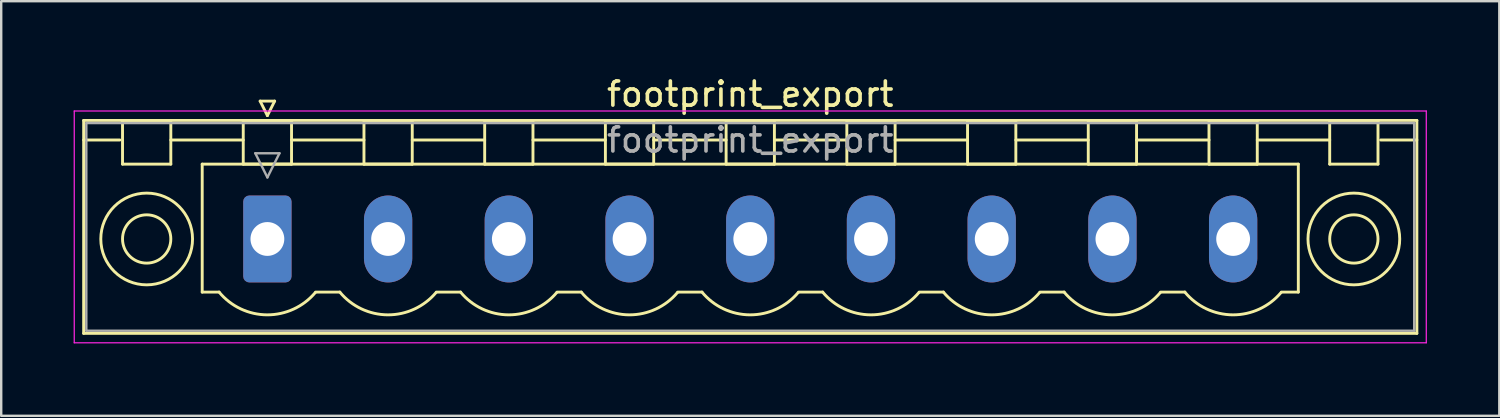
<source format=kicad_pcb>
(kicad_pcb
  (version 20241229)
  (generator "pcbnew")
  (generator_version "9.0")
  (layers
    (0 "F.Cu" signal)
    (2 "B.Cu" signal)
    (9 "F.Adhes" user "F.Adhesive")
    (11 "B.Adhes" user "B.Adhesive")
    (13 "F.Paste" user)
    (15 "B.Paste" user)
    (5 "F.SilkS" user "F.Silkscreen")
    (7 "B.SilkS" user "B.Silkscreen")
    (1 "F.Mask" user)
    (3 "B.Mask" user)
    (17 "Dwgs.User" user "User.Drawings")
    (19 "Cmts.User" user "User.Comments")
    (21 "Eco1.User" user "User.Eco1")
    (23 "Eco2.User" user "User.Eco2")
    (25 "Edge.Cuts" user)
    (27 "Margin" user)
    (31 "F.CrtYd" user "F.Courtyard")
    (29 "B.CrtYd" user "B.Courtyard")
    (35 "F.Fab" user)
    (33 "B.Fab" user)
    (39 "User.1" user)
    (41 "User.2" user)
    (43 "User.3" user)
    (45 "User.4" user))
  (footprint "footprint_export"
    (layer "F.Cu")
    (at 8.025 6.848)
    (property "Reference" "footprint_export" (at 20 -6 0) (layer "F.SilkS") (effects (font (size 1 1) (thickness 0.15))))
    (attr through_hole)
    (fp_line (start -7.61 -4.91) (end -7.61 3.91) (stroke (width 0.12) (type solid)) (layer "F.SilkS"))
    (fp_line (start -7.61 -4.1) (end -6.11 -4.1) (stroke (width 0.12) (type solid)) (layer "F.SilkS"))
    (fp_line (start -7.61 3.91) (end 47.61 3.91) (stroke (width 0.12) (type solid)) (layer "F.SilkS"))
    (fp_line (start -6 -4.91) (end -4 -4.91) (stroke (width 0.12) (type solid)) (layer "F.SilkS"))
    (fp_line (start -6 -3.1) (end -6 -4.91) (stroke (width 0.12) (type solid)) (layer "F.SilkS"))
    (fp_line (start -4 -4.91) (end -4 -3.1) (stroke (width 0.12) (type solid)) (layer "F.SilkS"))
    (fp_line (start -4 -4.1) (end -1 -4.1) (stroke (width 0.12) (type solid)) (layer "F.SilkS"))
    (fp_line (start -4 -3.1) (end -6 -3.1) (stroke (width 0.12) (type solid)) (layer "F.SilkS"))
    (fp_line (start -2.7 -3.1) (end 42.7 -3.1) (stroke (width 0.12) (type solid)) (layer "F.SilkS"))
    (fp_line (start -2.7 2.2) (end -2.7 -3.1) (stroke (width 0.12) (type solid)) (layer "F.SilkS"))
    (fp_line (start -2 2.2) (end -2.7 2.2) (stroke (width 0.12) (type solid)) (layer "F.SilkS"))
    (fp_line (start -1 -4.91) (end 1 -4.91) (stroke (width 0.12) (type solid)) (layer "F.SilkS"))
    (fp_line (start -1 -3.1) (end -1 -4.91) (stroke (width 0.12) (type solid)) (layer "F.SilkS"))
    (fp_line (start -0.3 -5.71) (end 0.3 -5.71) (stroke (width 0.12) (type solid)) (layer "F.SilkS"))
    (fp_line (start 0 -5.11) (end -0.3 -5.71) (stroke (width 0.12) (type solid)) (layer "F.SilkS"))
    (fp_line (start 0.3 -5.71) (end 0 -5.11) (stroke (width 0.12) (type solid)) (layer "F.SilkS"))
    (fp_line (start 1 -4.91) (end 1 -3.1) (stroke (width 0.12) (type solid)) (layer "F.SilkS"))
    (fp_line (start 1 -4.1) (end 4 -4.1) (stroke (width 0.12) (type solid)) (layer "F.SilkS"))
    (fp_line (start 1 -3.1) (end -1 -3.1) (stroke (width 0.12) (type solid)) (layer "F.SilkS"))
    (fp_line (start 2 2.2) (end 3 2.2) (stroke (width 0.12) (type solid)) (layer "F.SilkS"))
    (fp_line (start 4 -4.91) (end 6 -4.91) (stroke (width 0.12) (type solid)) (layer "F.SilkS"))
    (fp_line (start 4 -3.1) (end 4 -4.91) (stroke (width 0.12) (type solid)) (layer "F.SilkS"))
    (fp_line (start 6 -4.91) (end 6 -3.1) (stroke (width 0.12) (type solid)) (layer "F.SilkS"))
    (fp_line (start 6 -4.1) (end 9 -4.1) (stroke (width 0.12) (type solid)) (layer "F.SilkS"))
    (fp_line (start 6 -3.1) (end 4 -3.1) (stroke (width 0.12) (type solid)) (layer "F.SilkS"))
    (fp_line (start 7 2.2) (end 8 2.2) (stroke (width 0.12) (type solid)) (layer "F.SilkS"))
    (fp_line (start 9 -4.91) (end 11 -4.91) (stroke (width 0.12) (type solid)) (layer "F.SilkS"))
    (fp_line (start 9 -3.1) (end 9 -4.91) (stroke (width 0.12) (type solid)) (layer "F.SilkS"))
    (fp_line (start 11 -4.91) (end 11 -3.1) (stroke (width 0.12) (type solid)) (layer "F.SilkS"))
    (fp_line (start 11 -4.1) (end 14 -4.1) (stroke (width 0.12) (type solid)) (layer "F.SilkS"))
    (fp_line (start 11 -3.1) (end 9 -3.1) (stroke (width 0.12) (type solid)) (layer "F.SilkS"))
    (fp_line (start 12 2.2) (end 13 2.2) (stroke (width 0.12) (type solid)) (layer "F.SilkS"))
    (fp_line (start 14 -4.91) (end 16 -4.91) (stroke (width 0.12) (type solid)) (layer "F.SilkS"))
    (fp_line (start 14 -3.1) (end 14 -4.91) (stroke (width 0.12) (type solid)) (layer "F.SilkS"))
    (fp_line (start 16 -4.91) (end 16 -3.1) (stroke (width 0.12) (type solid)) (layer "F.SilkS"))
    (fp_line (start 16 -4.1) (end 19 -4.1) (stroke (width 0.12) (type solid)) (layer "F.SilkS"))
    (fp_line (start 16 -3.1) (end 14 -3.1) (stroke (width 0.12) (type solid)) (layer "F.SilkS"))
    (fp_line (start 17 2.2) (end 18 2.2) (stroke (width 0.12) (type solid)) (layer "F.SilkS"))
    (fp_line (start 19 -4.91) (end 21 -4.91) (stroke (width 0.12) (type solid)) (layer "F.SilkS"))
    (fp_line (start 19 -3.1) (end 19 -4.91) (stroke (width 0.12) (type solid)) (layer "F.SilkS"))
    (fp_line (start 21 -4.91) (end 21 -3.1) (stroke (width 0.12) (type solid)) (layer "F.SilkS"))
    (fp_line (start 21 -4.1) (end 24 -4.1) (stroke (width 0.12) (type solid)) (layer "F.SilkS"))
    (fp_line (start 21 -3.1) (end 19 -3.1) (stroke (width 0.12) (type solid)) (layer "F.SilkS"))
    (fp_line (start 22 2.2) (end 23 2.2) (stroke (width 0.12) (type solid)) (layer "F.SilkS"))
    (fp_line (start 24 -4.91) (end 26 -4.91) (stroke (width 0.12) (type solid)) (layer "F.SilkS"))
    (fp_line (start 24 -3.1) (end 24 -4.91) (stroke (width 0.12) (type solid)) (layer "F.SilkS"))
    (fp_line (start 26 -4.91) (end 26 -3.1) (stroke (width 0.12) (type solid)) (layer "F.SilkS"))
    (fp_line (start 26 -4.1) (end 29 -4.1) (stroke (width 0.12) (type solid)) (layer "F.SilkS"))
    (fp_line (start 26 -3.1) (end 24 -3.1) (stroke (width 0.12) (type solid)) (layer "F.SilkS"))
    (fp_line (start 27 2.2) (end 28 2.2) (stroke (width 0.12) (type solid)) (layer "F.SilkS"))
    (fp_line (start 29 -4.91) (end 31 -4.91) (stroke (width 0.12) (type solid)) (layer "F.SilkS"))
    (fp_line (start 29 -3.1) (end 29 -4.91) (stroke (width 0.12) (type solid)) (layer "F.SilkS"))
    (fp_line (start 31 -4.91) (end 31 -3.1) (stroke (width 0.12) (type solid)) (layer "F.SilkS"))
    (fp_line (start 31 -4.1) (end 34 -4.1) (stroke (width 0.12) (type solid)) (layer "F.SilkS"))
    (fp_line (start 31 -3.1) (end 29 -3.1) (stroke (width 0.12) (type solid)) (layer "F.SilkS"))
    (fp_line (start 32 2.2) (end 33 2.2) (stroke (width 0.12) (type solid)) (layer "F.SilkS"))
    (fp_line (start 34 -4.91) (end 36 -4.91) (stroke (width 0.12) (type solid)) (layer "F.SilkS"))
    (fp_line (start 34 -3.1) (end 34 -4.91) (stroke (width 0.12) (type solid)) (layer "F.SilkS"))
    (fp_line (start 36 -4.91) (end 36 -3.1) (stroke (width 0.12) (type solid)) (layer "F.SilkS"))
    (fp_line (start 36 -4.1) (end 39 -4.1) (stroke (width 0.12) (type solid)) (layer "F.SilkS"))
    (fp_line (start 36 -3.1) (end 34 -3.1) (stroke (width 0.12) (type solid)) (layer "F.SilkS"))
    (fp_line (start 37 2.2) (end 38 2.2) (stroke (width 0.12) (type solid)) (layer "F.SilkS"))
    (fp_line (start 39 -4.91) (end 41 -4.91) (stroke (width 0.12) (type solid)) (layer "F.SilkS"))
    (fp_line (start 39 -3.1) (end 39 -4.91) (stroke (width 0.12) (type solid)) (layer "F.SilkS"))
    (fp_line (start 41 -4.91) (end 41 -3.1) (stroke (width 0.12) (type solid)) (layer "F.SilkS"))
    (fp_line (start 41 -4.1) (end 44 -4.1) (stroke (width 0.12) (type solid)) (layer "F.SilkS"))
    (fp_line (start 41 -3.1) (end 39 -3.1) (stroke (width 0.12) (type solid)) (layer "F.SilkS"))
    (fp_line (start 42.7 -3.1) (end 42.7 2.2) (stroke (width 0.12) (type solid)) (layer "F.SilkS"))
    (fp_line (start 42.7 2.2) (end 42 2.2) (stroke (width 0.12) (type solid)) (layer "F.SilkS"))
    (fp_line (start 44 -4.91) (end 46 -4.91) (stroke (width 0.12) (type solid)) (layer "F.SilkS"))
    (fp_line (start 44 -3.1) (end 44 -4.91) (stroke (width 0.12) (type solid)) (layer "F.SilkS"))
    (fp_line (start 46 -4.91) (end 46 -3.1) (stroke (width 0.12) (type solid)) (layer "F.SilkS"))
    (fp_line (start 46 -3.1) (end 44 -3.1) (stroke (width 0.12) (type solid)) (layer "F.SilkS"))
    (fp_line (start 47.61 -4.91) (end -7.61 -4.91) (stroke (width 0.12) (type solid)) (layer "F.SilkS"))
    (fp_line (start 47.61 -4.1) (end 46.11 -4.1) (stroke (width 0.12) (type solid)) (layer "F.SilkS"))
    (fp_line (start 47.61 3.91) (end 47.61 -4.91) (stroke (width 0.12) (type solid)) (layer "F.SilkS"))
    (fp_arc (start 1.986842 2.215821) (mid -0.010289 3.142758) (end -2 2.2) (stroke (width 0.12) (type solid)) (layer "F.SilkS"))
    (fp_arc (start 6.986842 2.215821) (mid 4.989711 3.142758) (end 3 2.2) (stroke (width 0.12) (type solid)) (layer "F.SilkS"))
    (fp_arc (start 11.986842 2.215821) (mid 9.989711 3.142758) (end 8 2.2) (stroke (width 0.12) (type solid)) (layer "F.SilkS"))
    (fp_arc (start 16.986842 2.215821) (mid 14.989711 3.142758) (end 13 2.2) (stroke (width 0.12) (type solid)) (layer "F.SilkS"))
    (fp_arc (start 21.986842 2.215821) (mid 19.989711 3.142758) (end 18 2.2) (stroke (width 0.12) (type solid)) (layer "F.SilkS"))
    (fp_arc (start 26.986842 2.215821) (mid 24.989711 3.142758) (end 23 2.2) (stroke (width 0.12) (type solid)) (layer "F.SilkS"))
    (fp_arc (start 31.986842 2.215821) (mid 29.989711 3.142758) (end 28 2.2) (stroke (width 0.12) (type solid)) (layer "F.SilkS"))
    (fp_arc (start 36.986842 2.215821) (mid 34.989711 3.142758) (end 33 2.2) (stroke (width 0.12) (type solid)) (layer "F.SilkS"))
    (fp_arc (start 41.986842 2.215821) (mid 39.989711 3.142758) (end 38 2.2) (stroke (width 0.12) (type solid)) (layer "F.SilkS"))
    (fp_circle (center -5 0) (end -4 0) (stroke (width 0.12) (type solid)) (fill no) (layer "F.SilkS"))
    (fp_circle (center -5 0) (end -3.1 0) (stroke (width 0.12) (type solid)) (fill no) (layer "F.SilkS"))
    (fp_circle (center 45 0) (end 46 0) (stroke (width 0.12) (type solid)) (fill no) (layer "F.SilkS"))
    (fp_circle (center 45 0) (end 46.9 0) (stroke (width 0.12) (type solid)) (fill no) (layer "F.SilkS"))
    (fp_line (start -8 -5.3) (end -8 4.3) (stroke (width 0.05) (type solid)) (layer "F.CrtYd"))
    (fp_line (start -8 4.3) (end 48 4.3) (stroke (width 0.05) (type solid)) (layer "F.CrtYd"))
    (fp_line (start 48 -5.3) (end -8 -5.3) (stroke (width 0.05) (type solid)) (layer "F.CrtYd"))
    (fp_line (start 48 4.3) (end 48 -5.3) (stroke (width 0.05) (type solid)) (layer "F.CrtYd"))
    (fp_line (start -7.5 -4.8) (end -7.5 3.8) (stroke (width 0.1) (type solid)) (layer "F.Fab"))
    (fp_line (start -7.5 3.8) (end 47.5 3.8) (stroke (width 0.1) (type solid)) (layer "F.Fab"))
    (fp_line (start -0.5 -3.55) (end 0.5 -3.55) (stroke (width 0.1) (type solid)) (layer "F.Fab"))
    (fp_line (start 0 -2.55) (end -0.5 -3.55) (stroke (width 0.1) (type solid)) (layer "F.Fab"))
    (fp_line (start 0.5 -3.55) (end 0 -2.55) (stroke (width 0.1) (type solid)) (layer "F.Fab"))
    (fp_line (start 47.5 -4.8) (end -7.5 -4.8) (stroke (width 0.1) (type solid)) (layer "F.Fab"))
    (fp_line (start 47.5 3.8) (end 47.5 -4.8) (stroke (width 0.1) (type solid)) (layer "F.Fab"))
    (fp_text user "${REFERENCE}" (at 20 -4.1 0) (layer "F.Fab") (effects (font (size 1 1) (thickness 0.15))))
    (pad "1" thru_hole roundrect (at 0 0) (size 2 3.6) (drill 1.4) (layers "*.Cu" "*.Mask") (roundrect_rratio 0.125))
    (pad "2" thru_hole oval (at 5 0) (size 2 3.6) (drill 1.4) (layers "*.Cu" "*.Mask"))
    (pad "3" thru_hole oval (at 10 0) (size 2 3.6) (drill 1.4) (layers "*.Cu" "*.Mask"))
    (pad "4" thru_hole oval (at 15 0) (size 2 3.6) (drill 1.4) (layers "*.Cu" "*.Mask"))
    (pad "5" thru_hole oval (at 20 0) (size 2 3.6) (drill 1.4) (layers "*.Cu" "*.Mask"))
    (pad "6" thru_hole oval (at 25 0) (size 2 3.6) (drill 1.4) (layers "*.Cu" "*.Mask"))
    (pad "7" thru_hole oval (at 30 0) (size 2 3.6) (drill 1.4) (layers "*.Cu" "*.Mask"))
    (pad "8" thru_hole oval (at 35 0) (size 2 3.6) (drill 1.4) (layers "*.Cu" "*.Mask"))
    (pad "9" thru_hole oval (at 40 0) (size 2 3.6) (drill 1.4) (layers "*.Cu" "*.Mask")))
  (gr_rect
    (start -3 -3)
    (end 59.05 14.173)
    (stroke (width 0.1) (type default))
    (fill no)
    (layer "Edge.Cuts")))
</source>
